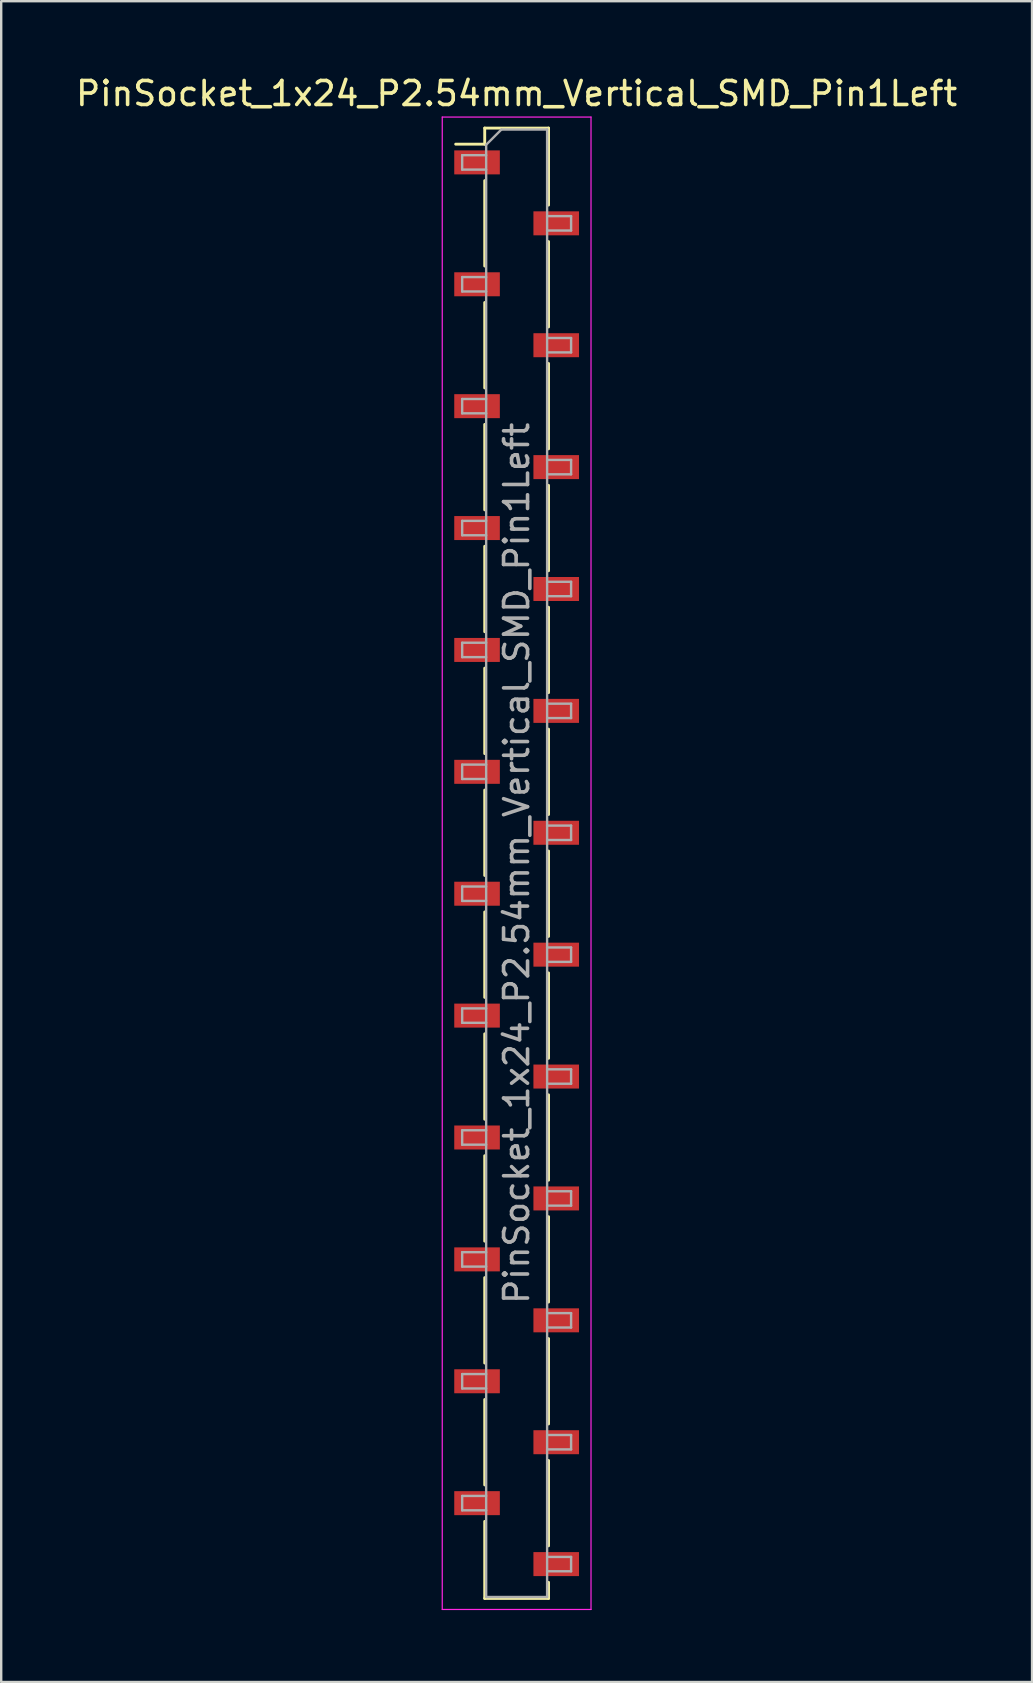
<source format=kicad_pcb>
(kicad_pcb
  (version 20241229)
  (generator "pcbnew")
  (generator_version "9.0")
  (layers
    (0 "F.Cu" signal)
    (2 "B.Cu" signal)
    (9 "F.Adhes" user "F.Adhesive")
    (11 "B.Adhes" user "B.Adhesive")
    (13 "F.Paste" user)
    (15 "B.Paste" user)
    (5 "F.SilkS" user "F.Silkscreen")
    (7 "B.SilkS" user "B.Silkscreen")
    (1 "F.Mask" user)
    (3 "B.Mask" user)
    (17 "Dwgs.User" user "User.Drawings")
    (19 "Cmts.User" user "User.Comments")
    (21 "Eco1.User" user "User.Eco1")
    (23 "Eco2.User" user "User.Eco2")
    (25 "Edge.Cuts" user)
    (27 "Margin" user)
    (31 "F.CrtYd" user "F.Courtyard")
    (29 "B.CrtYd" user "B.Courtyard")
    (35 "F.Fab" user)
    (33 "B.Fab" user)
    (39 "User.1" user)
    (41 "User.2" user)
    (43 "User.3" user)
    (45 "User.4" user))
  (footprint "PinSocket_1x24_P2.54mm_Vertical_SMD_Pin1Left"
    (layer "F.Cu")
    (at 18.482 32.928)
    (property "Reference" "PinSocket_1x24_P2.54mm_Vertical_SMD_Pin1Left" (at 0 -32.08 0) (layer "F.SilkS") (effects (font (size 1 1) (thickness 0.15))))
    (attr smd)
    (fp_line (start -2.54 -29.97) (end -1.33 -29.97) (stroke (width 0.12) (type solid)) (layer "F.SilkS"))
    (fp_line (start -1.33 -30.64) (end -1.33 -29.97) (stroke (width 0.12) (type solid)) (layer "F.SilkS"))
    (fp_line (start -1.33 -30.64) (end 1.33 -30.64) (stroke (width 0.12) (type solid)) (layer "F.SilkS"))
    (fp_line (start -1.33 -28.45) (end -1.33 -24.89) (stroke (width 0.12) (type solid)) (layer "F.SilkS"))
    (fp_line (start -1.33 -23.37) (end -1.33 -19.81) (stroke (width 0.12) (type solid)) (layer "F.SilkS"))
    (fp_line (start -1.33 -18.29) (end -1.33 -14.73) (stroke (width 0.12) (type solid)) (layer "F.SilkS"))
    (fp_line (start -1.33 -13.21) (end -1.33 -9.65) (stroke (width 0.12) (type solid)) (layer "F.SilkS"))
    (fp_line (start -1.33 -8.13) (end -1.33 -4.57) (stroke (width 0.12) (type solid)) (layer "F.SilkS"))
    (fp_line (start -1.33 -3.05) (end -1.33 0.51) (stroke (width 0.12) (type solid)) (layer "F.SilkS"))
    (fp_line (start -1.33 2.03) (end -1.33 5.59) (stroke (width 0.12) (type solid)) (layer "F.SilkS"))
    (fp_line (start -1.33 7.11) (end -1.33 10.67) (stroke (width 0.12) (type solid)) (layer "F.SilkS"))
    (fp_line (start -1.33 12.19) (end -1.33 15.75) (stroke (width 0.12) (type solid)) (layer "F.SilkS"))
    (fp_line (start -1.33 17.27) (end -1.33 20.83) (stroke (width 0.12) (type solid)) (layer "F.SilkS"))
    (fp_line (start -1.33 22.35) (end -1.33 25.91) (stroke (width 0.12) (type solid)) (layer "F.SilkS"))
    (fp_line (start -1.33 27.43) (end -1.33 30.64) (stroke (width 0.12) (type solid)) (layer "F.SilkS"))
    (fp_line (start -1.33 30.64) (end 1.33 30.64) (stroke (width 0.12) (type solid)) (layer "F.SilkS"))
    (fp_line (start 1.33 -30.64) (end 1.33 -27.43) (stroke (width 0.12) (type solid)) (layer "F.SilkS"))
    (fp_line (start 1.33 -25.91) (end 1.33 -22.35) (stroke (width 0.12) (type solid)) (layer "F.SilkS"))
    (fp_line (start 1.33 -20.83) (end 1.33 -17.27) (stroke (width 0.12) (type solid)) (layer "F.SilkS"))
    (fp_line (start 1.33 -15.75) (end 1.33 -12.19) (stroke (width 0.12) (type solid)) (layer "F.SilkS"))
    (fp_line (start 1.33 -10.67) (end 1.33 -7.11) (stroke (width 0.12) (type solid)) (layer "F.SilkS"))
    (fp_line (start 1.33 -5.59) (end 1.33 -2.03) (stroke (width 0.12) (type solid)) (layer "F.SilkS"))
    (fp_line (start 1.33 -0.51) (end 1.33 3.05) (stroke (width 0.12) (type solid)) (layer "F.SilkS"))
    (fp_line (start 1.33 4.57) (end 1.33 8.13) (stroke (width 0.12) (type solid)) (layer "F.SilkS"))
    (fp_line (start 1.33 9.65) (end 1.33 13.21) (stroke (width 0.12) (type solid)) (layer "F.SilkS"))
    (fp_line (start 1.33 14.73) (end 1.33 18.29) (stroke (width 0.12) (type solid)) (layer "F.SilkS"))
    (fp_line (start 1.33 19.81) (end 1.33 23.37) (stroke (width 0.12) (type solid)) (layer "F.SilkS"))
    (fp_line (start 1.33 24.89) (end 1.33 28.45) (stroke (width 0.12) (type solid)) (layer "F.SilkS"))
    (fp_line (start 1.33 29.97) (end 1.33 30.64) (stroke (width 0.12) (type solid)) (layer "F.SilkS"))
    (fp_line (start -3.1 -31.1) (end 3.1 -31.1) (stroke (width 0.05) (type solid)) (layer "F.CrtYd"))
    (fp_line (start -3.1 31.1) (end -3.1 -31.1) (stroke (width 0.05) (type solid)) (layer "F.CrtYd"))
    (fp_line (start 3.1 -31.1) (end 3.1 31.1) (stroke (width 0.05) (type solid)) (layer "F.CrtYd"))
    (fp_line (start 3.1 31.1) (end -3.1 31.1) (stroke (width 0.05) (type solid)) (layer "F.CrtYd"))
    (fp_line (start -2.27 -29.51) (end -1.27 -29.51) (stroke (width 0.1) (type solid)) (layer "F.Fab"))
    (fp_line (start -2.27 -28.91) (end -2.27 -29.51) (stroke (width 0.1) (type solid)) (layer "F.Fab"))
    (fp_line (start -2.27 -24.43) (end -1.27 -24.43) (stroke (width 0.1) (type solid)) (layer "F.Fab"))
    (fp_line (start -2.27 -23.83) (end -2.27 -24.43) (stroke (width 0.1) (type solid)) (layer "F.Fab"))
    (fp_line (start -2.27 -19.35) (end -1.27 -19.35) (stroke (width 0.1) (type solid)) (layer "F.Fab"))
    (fp_line (start -2.27 -18.75) (end -2.27 -19.35) (stroke (width 0.1) (type solid)) (layer "F.Fab"))
    (fp_line (start -2.27 -14.27) (end -1.27 -14.27) (stroke (width 0.1) (type solid)) (layer "F.Fab"))
    (fp_line (start -2.27 -13.67) (end -2.27 -14.27) (stroke (width 0.1) (type solid)) (layer "F.Fab"))
    (fp_line (start -2.27 -9.19) (end -1.27 -9.19) (stroke (width 0.1) (type solid)) (layer "F.Fab"))
    (fp_line (start -2.27 -8.59) (end -2.27 -9.19) (stroke (width 0.1) (type solid)) (layer "F.Fab"))
    (fp_line (start -2.27 -4.11) (end -1.27 -4.11) (stroke (width 0.1) (type solid)) (layer "F.Fab"))
    (fp_line (start -2.27 -3.51) (end -2.27 -4.11) (stroke (width 0.1) (type solid)) (layer "F.Fab"))
    (fp_line (start -2.27 0.97) (end -1.27 0.97) (stroke (width 0.1) (type solid)) (layer "F.Fab"))
    (fp_line (start -2.27 1.57) (end -2.27 0.97) (stroke (width 0.1) (type solid)) (layer "F.Fab"))
    (fp_line (start -2.27 6.05) (end -1.27 6.05) (stroke (width 0.1) (type solid)) (layer "F.Fab"))
    (fp_line (start -2.27 6.65) (end -2.27 6.05) (stroke (width 0.1) (type solid)) (layer "F.Fab"))
    (fp_line (start -2.27 11.13) (end -1.27 11.13) (stroke (width 0.1) (type solid)) (layer "F.Fab"))
    (fp_line (start -2.27 11.73) (end -2.27 11.13) (stroke (width 0.1) (type solid)) (layer "F.Fab"))
    (fp_line (start -2.27 16.21) (end -1.27 16.21) (stroke (width 0.1) (type solid)) (layer "F.Fab"))
    (fp_line (start -2.27 16.81) (end -2.27 16.21) (stroke (width 0.1) (type solid)) (layer "F.Fab"))
    (fp_line (start -2.27 21.29) (end -1.27 21.29) (stroke (width 0.1) (type solid)) (layer "F.Fab"))
    (fp_line (start -2.27 21.89) (end -2.27 21.29) (stroke (width 0.1) (type solid)) (layer "F.Fab"))
    (fp_line (start -2.27 26.37) (end -1.27 26.37) (stroke (width 0.1) (type solid)) (layer "F.Fab"))
    (fp_line (start -2.27 26.97) (end -2.27 26.37) (stroke (width 0.1) (type solid)) (layer "F.Fab"))
    (fp_line (start -1.27 -29.945) (end -0.635 -30.58) (stroke (width 0.1) (type solid)) (layer "F.Fab"))
    (fp_line (start -1.27 -28.91) (end -2.27 -28.91) (stroke (width 0.1) (type solid)) (layer "F.Fab"))
    (fp_line (start -1.27 -23.83) (end -2.27 -23.83) (stroke (width 0.1) (type solid)) (layer "F.Fab"))
    (fp_line (start -1.27 -18.75) (end -2.27 -18.75) (stroke (width 0.1) (type solid)) (layer "F.Fab"))
    (fp_line (start -1.27 -13.67) (end -2.27 -13.67) (stroke (width 0.1) (type solid)) (layer "F.Fab"))
    (fp_line (start -1.27 -8.59) (end -2.27 -8.59) (stroke (width 0.1) (type solid)) (layer "F.Fab"))
    (fp_line (start -1.27 -3.51) (end -2.27 -3.51) (stroke (width 0.1) (type solid)) (layer "F.Fab"))
    (fp_line (start -1.27 1.57) (end -2.27 1.57) (stroke (width 0.1) (type solid)) (layer "F.Fab"))
    (fp_line (start -1.27 6.65) (end -2.27 6.65) (stroke (width 0.1) (type solid)) (layer "F.Fab"))
    (fp_line (start -1.27 11.73) (end -2.27 11.73) (stroke (width 0.1) (type solid)) (layer "F.Fab"))
    (fp_line (start -1.27 16.81) (end -2.27 16.81) (stroke (width 0.1) (type solid)) (layer "F.Fab"))
    (fp_line (start -1.27 21.89) (end -2.27 21.89) (stroke (width 0.1) (type solid)) (layer "F.Fab"))
    (fp_line (start -1.27 26.97) (end -2.27 26.97) (stroke (width 0.1) (type solid)) (layer "F.Fab"))
    (fp_line (start -1.27 30.58) (end -1.27 -29.945) (stroke (width 0.1) (type solid)) (layer "F.Fab"))
    (fp_line (start -0.635 -30.58) (end 1.27 -30.58) (stroke (width 0.1) (type solid)) (layer "F.Fab"))
    (fp_line (start 1.27 -30.58) (end 1.27 30.58) (stroke (width 0.1) (type solid)) (layer "F.Fab"))
    (fp_line (start 1.27 -26.97) (end 2.27 -26.97) (stroke (width 0.1) (type solid)) (layer "F.Fab"))
    (fp_line (start 1.27 -21.89) (end 2.27 -21.89) (stroke (width 0.1) (type solid)) (layer "F.Fab"))
    (fp_line (start 1.27 -16.81) (end 2.27 -16.81) (stroke (width 0.1) (type solid)) (layer "F.Fab"))
    (fp_line (start 1.27 -11.73) (end 2.27 -11.73) (stroke (width 0.1) (type solid)) (layer "F.Fab"))
    (fp_line (start 1.27 -6.65) (end 2.27 -6.65) (stroke (width 0.1) (type solid)) (layer "F.Fab"))
    (fp_line (start 1.27 -1.57) (end 2.27 -1.57) (stroke (width 0.1) (type solid)) (layer "F.Fab"))
    (fp_line (start 1.27 3.51) (end 2.27 3.51) (stroke (width 0.1) (type solid)) (layer "F.Fab"))
    (fp_line (start 1.27 8.59) (end 2.27 8.59) (stroke (width 0.1) (type solid)) (layer "F.Fab"))
    (fp_line (start 1.27 13.67) (end 2.27 13.67) (stroke (width 0.1) (type solid)) (layer "F.Fab"))
    (fp_line (start 1.27 18.75) (end 2.27 18.75) (stroke (width 0.1) (type solid)) (layer "F.Fab"))
    (fp_line (start 1.27 23.83) (end 2.27 23.83) (stroke (width 0.1) (type solid)) (layer "F.Fab"))
    (fp_line (start 1.27 28.91) (end 2.27 28.91) (stroke (width 0.1) (type solid)) (layer "F.Fab"))
    (fp_line (start 1.27 30.58) (end -1.27 30.58) (stroke (width 0.1) (type solid)) (layer "F.Fab"))
    (fp_line (start 2.27 -26.97) (end 2.27 -26.37) (stroke (width 0.1) (type solid)) (layer "F.Fab"))
    (fp_line (start 2.27 -26.37) (end 1.27 -26.37) (stroke (width 0.1) (type solid)) (layer "F.Fab"))
    (fp_line (start 2.27 -21.89) (end 2.27 -21.29) (stroke (width 0.1) (type solid)) (layer "F.Fab"))
    (fp_line (start 2.27 -21.29) (end 1.27 -21.29) (stroke (width 0.1) (type solid)) (layer "F.Fab"))
    (fp_line (start 2.27 -16.81) (end 2.27 -16.21) (stroke (width 0.1) (type solid)) (layer "F.Fab"))
    (fp_line (start 2.27 -16.21) (end 1.27 -16.21) (stroke (width 0.1) (type solid)) (layer "F.Fab"))
    (fp_line (start 2.27 -11.73) (end 2.27 -11.13) (stroke (width 0.1) (type solid)) (layer "F.Fab"))
    (fp_line (start 2.27 -11.13) (end 1.27 -11.13) (stroke (width 0.1) (type solid)) (layer "F.Fab"))
    (fp_line (start 2.27 -6.65) (end 2.27 -6.05) (stroke (width 0.1) (type solid)) (layer "F.Fab"))
    (fp_line (start 2.27 -6.05) (end 1.27 -6.05) (stroke (width 0.1) (type solid)) (layer "F.Fab"))
    (fp_line (start 2.27 -1.57) (end 2.27 -0.97) (stroke (width 0.1) (type solid)) (layer "F.Fab"))
    (fp_line (start 2.27 -0.97) (end 1.27 -0.97) (stroke (width 0.1) (type solid)) (layer "F.Fab"))
    (fp_line (start 2.27 3.51) (end 2.27 4.11) (stroke (width 0.1) (type solid)) (layer "F.Fab"))
    (fp_line (start 2.27 4.11) (end 1.27 4.11) (stroke (width 0.1) (type solid)) (layer "F.Fab"))
    (fp_line (start 2.27 8.59) (end 2.27 9.19) (stroke (width 0.1) (type solid)) (layer "F.Fab"))
    (fp_line (start 2.27 9.19) (end 1.27 9.19) (stroke (width 0.1) (type solid)) (layer "F.Fab"))
    (fp_line (start 2.27 13.67) (end 2.27 14.27) (stroke (width 0.1) (type solid)) (layer "F.Fab"))
    (fp_line (start 2.27 14.27) (end 1.27 14.27) (stroke (width 0.1) (type solid)) (layer "F.Fab"))
    (fp_line (start 2.27 18.75) (end 2.27 19.35) (stroke (width 0.1) (type solid)) (layer "F.Fab"))
    (fp_line (start 2.27 19.35) (end 1.27 19.35) (stroke (width 0.1) (type solid)) (layer "F.Fab"))
    (fp_line (start 2.27 23.83) (end 2.27 24.43) (stroke (width 0.1) (type solid)) (layer "F.Fab"))
    (fp_line (start 2.27 24.43) (end 1.27 24.43) (stroke (width 0.1) (type solid)) (layer "F.Fab"))
    (fp_line (start 2.27 28.91) (end 2.27 29.51) (stroke (width 0.1) (type solid)) (layer "F.Fab"))
    (fp_line (start 2.27 29.51) (end 1.27 29.51) (stroke (width 0.1) (type solid)) (layer "F.Fab"))
    (fp_text user "${REFERENCE}" (at 0 0 90) (layer "F.Fab") (effects (font (size 1 1) (thickness 0.15))))
    (pad "1" smd rect (at -1.65 -29.21) (size 1.9 1) (layers "F.Cu" "F.Mask" "F.Paste"))
    (pad "2" smd rect (at 1.65 -26.67) (size 1.9 1) (layers "F.Cu" "F.Mask" "F.Paste"))
    (pad "3" smd rect (at -1.65 -24.13) (size 1.9 1) (layers "F.Cu" "F.Mask" "F.Paste"))
    (pad "4" smd rect (at 1.65 -21.59) (size 1.9 1) (layers "F.Cu" "F.Mask" "F.Paste"))
    (pad "5" smd rect (at -1.65 -19.05) (size 1.9 1) (layers "F.Cu" "F.Mask" "F.Paste"))
    (pad "6" smd rect (at 1.65 -16.51) (size 1.9 1) (layers "F.Cu" "F.Mask" "F.Paste"))
    (pad "7" smd rect (at -1.65 -13.97) (size 1.9 1) (layers "F.Cu" "F.Mask" "F.Paste"))
    (pad "8" smd rect (at 1.65 -11.43) (size 1.9 1) (layers "F.Cu" "F.Mask" "F.Paste"))
    (pad "9" smd rect (at -1.65 -8.89) (size 1.9 1) (layers "F.Cu" "F.Mask" "F.Paste"))
    (pad "10" smd rect (at 1.65 -6.35) (size 1.9 1) (layers "F.Cu" "F.Mask" "F.Paste"))
    (pad "11" smd rect (at -1.65 -3.81) (size 1.9 1) (layers "F.Cu" "F.Mask" "F.Paste"))
    (pad "12" smd rect (at 1.65 -1.27) (size 1.9 1) (layers "F.Cu" "F.Mask" "F.Paste"))
    (pad "13" smd rect (at -1.65 1.27) (size 1.9 1) (layers "F.Cu" "F.Mask" "F.Paste"))
    (pad "14" smd rect (at 1.65 3.81) (size 1.9 1) (layers "F.Cu" "F.Mask" "F.Paste"))
    (pad "15" smd rect (at -1.65 6.35) (size 1.9 1) (layers "F.Cu" "F.Mask" "F.Paste"))
    (pad "16" smd rect (at 1.65 8.89) (size 1.9 1) (layers "F.Cu" "F.Mask" "F.Paste"))
    (pad "17" smd rect (at -1.65 11.43) (size 1.9 1) (layers "F.Cu" "F.Mask" "F.Paste"))
    (pad "18" smd rect (at 1.65 13.97) (size 1.9 1) (layers "F.Cu" "F.Mask" "F.Paste"))
    (pad "19" smd rect (at -1.65 16.51) (size 1.9 1) (layers "F.Cu" "F.Mask" "F.Paste"))
    (pad "20" smd rect (at 1.65 19.05) (size 1.9 1) (layers "F.Cu" "F.Mask" "F.Paste"))
    (pad "21" smd rect (at -1.65 21.59) (size 1.9 1) (layers "F.Cu" "F.Mask" "F.Paste"))
    (pad "22" smd rect (at 1.65 24.13) (size 1.9 1) (layers "F.Cu" "F.Mask" "F.Paste"))
    (pad "23" smd rect (at -1.65 26.67) (size 1.9 1) (layers "F.Cu" "F.Mask" "F.Paste"))
    (pad "24" smd rect (at 1.65 29.21) (size 1.9 1) (layers "F.Cu" "F.Mask" "F.Paste")))
  (gr_rect
    (start -3 -3)
    (end 39.964 67.053)
    (stroke (width 0.1) (type default))
    (fill no)
    (layer "Edge.Cuts")))
</source>
